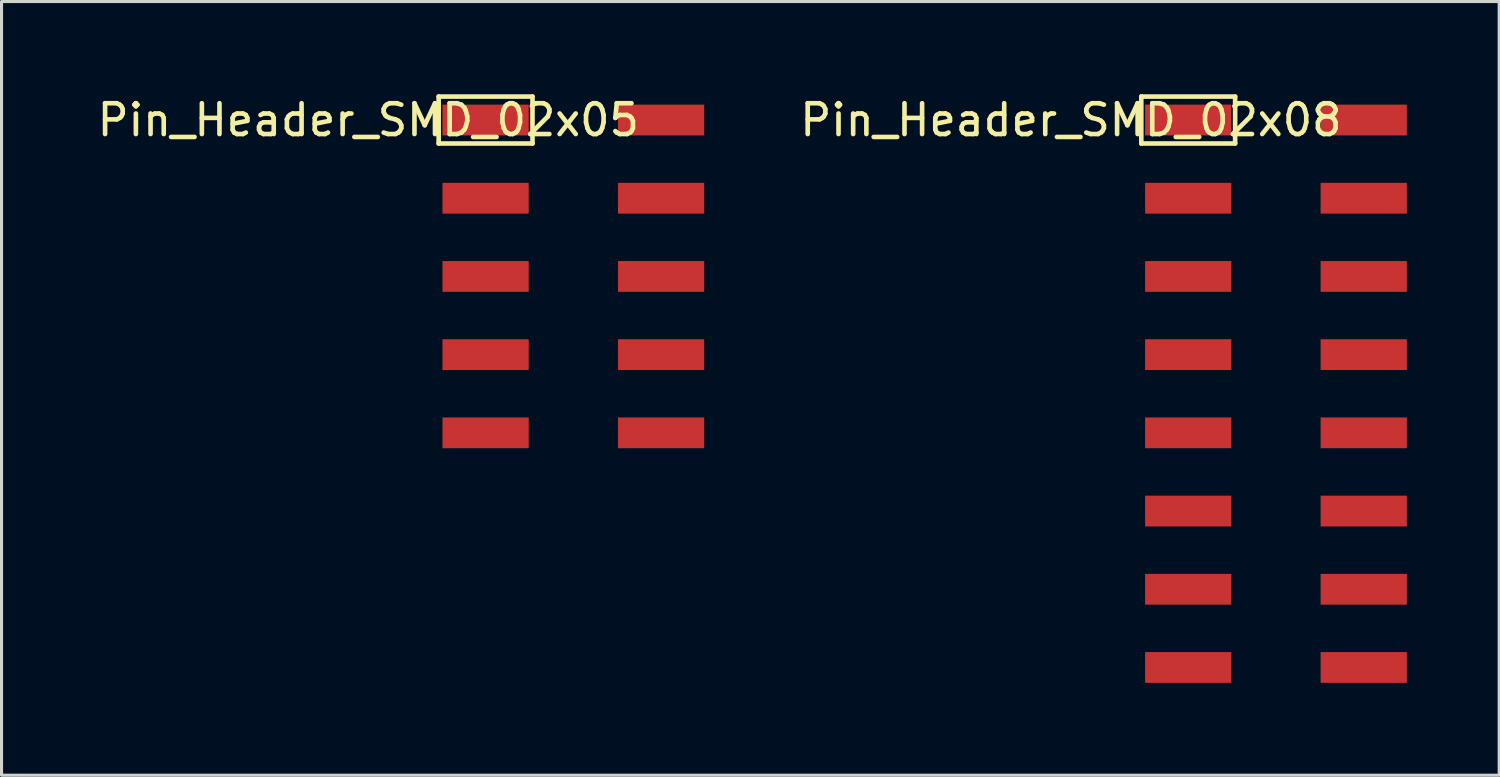
<source format=kicad_pcb>
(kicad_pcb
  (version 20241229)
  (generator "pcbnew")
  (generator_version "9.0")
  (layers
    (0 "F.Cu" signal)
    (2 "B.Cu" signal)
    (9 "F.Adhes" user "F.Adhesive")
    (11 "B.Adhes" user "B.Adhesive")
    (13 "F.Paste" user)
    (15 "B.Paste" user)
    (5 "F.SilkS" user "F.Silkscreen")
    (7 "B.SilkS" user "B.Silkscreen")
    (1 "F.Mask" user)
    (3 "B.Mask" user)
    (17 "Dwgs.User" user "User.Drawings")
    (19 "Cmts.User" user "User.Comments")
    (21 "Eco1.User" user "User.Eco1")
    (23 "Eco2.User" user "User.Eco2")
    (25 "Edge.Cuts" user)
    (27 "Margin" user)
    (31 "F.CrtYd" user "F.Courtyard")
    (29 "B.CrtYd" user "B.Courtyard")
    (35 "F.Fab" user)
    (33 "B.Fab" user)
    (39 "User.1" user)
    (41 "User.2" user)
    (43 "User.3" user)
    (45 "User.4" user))
  (footprint "Pin_Header_SMD_02x05"
    (layer "F.Cu")
    (at 12.721 0.848)
    (property "Reference" "Pin_Header_SMD_02x05" (at -3.81 0 0) (layer "F.SilkS") (effects (font (size 1 1) (thickness 0.15))))
    (attr through_hole)
    (fp_line (start -1.524 -0.762) (end 1.524 -0.762) (stroke (width 0.15) (type solid)) (layer "F.SilkS"))
    (fp_line (start -1.524 0.762) (end -1.524 -0.762) (stroke (width 0.15) (type solid)) (layer "F.SilkS"))
    (fp_line (start 1.524 -0.762) (end 1.524 0.762) (stroke (width 0.15) (type solid)) (layer "F.SilkS"))
    (fp_line (start 1.524 0.762) (end -1.524 0.762) (stroke (width 0.15) (type solid)) (layer "F.SilkS"))
    (pad "1" smd rect (at 0 0) (size 2.8 1) (layers "F.Cu" "F.Mask" "F.Paste"))
    (pad "2" smd rect (at 5.7 0) (size 2.8 1) (layers "F.Cu" "F.Mask" "F.Paste"))
    (pad "3" smd rect (at 0 2.54) (size 2.8 1) (layers "F.Cu" "F.Mask" "F.Paste"))
    (pad "4" smd rect (at 5.7 2.54) (size 2.8 1) (layers "F.Cu" "F.Mask" "F.Paste"))
    (pad "5" smd rect (at 0 5.08) (size 2.8 1) (layers "F.Cu" "F.Mask" "F.Paste"))
    (pad "6" smd rect (at 5.7 5.08) (size 2.8 1) (layers "F.Cu" "F.Mask" "F.Paste"))
    (pad "7" smd rect (at 0 7.62) (size 2.8 1) (layers "F.Cu" "F.Mask" "F.Paste"))
    (pad "8" smd rect (at 5.7 7.62) (size 2.8 1) (layers "F.Cu" "F.Mask" "F.Paste"))
    (pad "9" smd rect (at 0 10.16) (size 2.8 1) (layers "F.Cu" "F.Mask" "F.Paste"))
    (pad "10" smd rect (at 5.7 10.16) (size 2.8 1) (layers "F.Cu" "F.Mask" "F.Paste")))
  (footprint "Pin_Header_SMD_02x08"
    (layer "F.Cu")
    (at 35.541 0.848)
    (property "Reference" "Pin_Header_SMD_02x08" (at -3.81 0 0) (layer "F.SilkS") (effects (font (size 1 1) (thickness 0.15))))
    (attr through_hole)
    (fp_line (start -1.524 -0.762) (end 1.524 -0.762) (stroke (width 0.15) (type solid)) (layer "F.SilkS"))
    (fp_line (start -1.524 0.762) (end -1.524 -0.762) (stroke (width 0.15) (type solid)) (layer "F.SilkS"))
    (fp_line (start 1.524 -0.762) (end 1.524 0.762) (stroke (width 0.15) (type solid)) (layer "F.SilkS"))
    (fp_line (start 1.524 0.762) (end -1.524 0.762) (stroke (width 0.15) (type solid)) (layer "F.SilkS"))
    (pad "1" smd rect (at 0 0) (size 2.8 1) (layers "F.Cu" "F.Mask" "F.Paste"))
    (pad "2" smd rect (at 5.7 0) (size 2.8 1) (layers "F.Cu" "F.Mask" "F.Paste"))
    (pad "3" smd rect (at 0 2.54) (size 2.8 1) (layers "F.Cu" "F.Mask" "F.Paste"))
    (pad "4" smd rect (at 5.7 2.54) (size 2.8 1) (layers "F.Cu" "F.Mask" "F.Paste"))
    (pad "5" smd rect (at 0 5.08) (size 2.8 1) (layers "F.Cu" "F.Mask" "F.Paste"))
    (pad "6" smd rect (at 5.7 5.08) (size 2.8 1) (layers "F.Cu" "F.Mask" "F.Paste"))
    (pad "7" smd rect (at 0 7.62) (size 2.8 1) (layers "F.Cu" "F.Mask" "F.Paste"))
    (pad "8" smd rect (at 5.7 7.62) (size 2.8 1) (layers "F.Cu" "F.Mask" "F.Paste"))
    (pad "9" smd rect (at 0 10.16) (size 2.8 1) (layers "F.Cu" "F.Mask" "F.Paste"))
    (pad "10" smd rect (at 5.7 10.16) (size 2.8 1) (layers "F.Cu" "F.Mask" "F.Paste"))
    (pad "11" smd rect (at 0 12.7) (size 2.8 1) (layers "F.Cu" "F.Mask" "F.Paste"))
    (pad "12" smd rect (at 5.7 12.7) (size 2.8 1) (layers "F.Cu" "F.Mask" "F.Paste"))
    (pad "13" smd rect (at 0 15.24) (size 2.8 1) (layers "F.Cu" "F.Mask" "F.Paste"))
    (pad "14" smd rect (at 5.7 15.24) (size 2.8 1) (layers "F.Cu" "F.Mask" "F.Paste"))
    (pad "15" smd rect (at 0 17.78) (size 2.8 1) (layers "F.Cu" "F.Mask" "F.Paste"))
    (pad "16" smd rect (at 5.7 17.78) (size 2.8 1) (layers "F.Cu" "F.Mask" "F.Paste")))
  (gr_rect
    (start -3 -3)
    (end 45.641 22.128)
    (stroke (width 0.1) (type default))
    (fill no)
    (layer "Edge.Cuts")))
</source>
